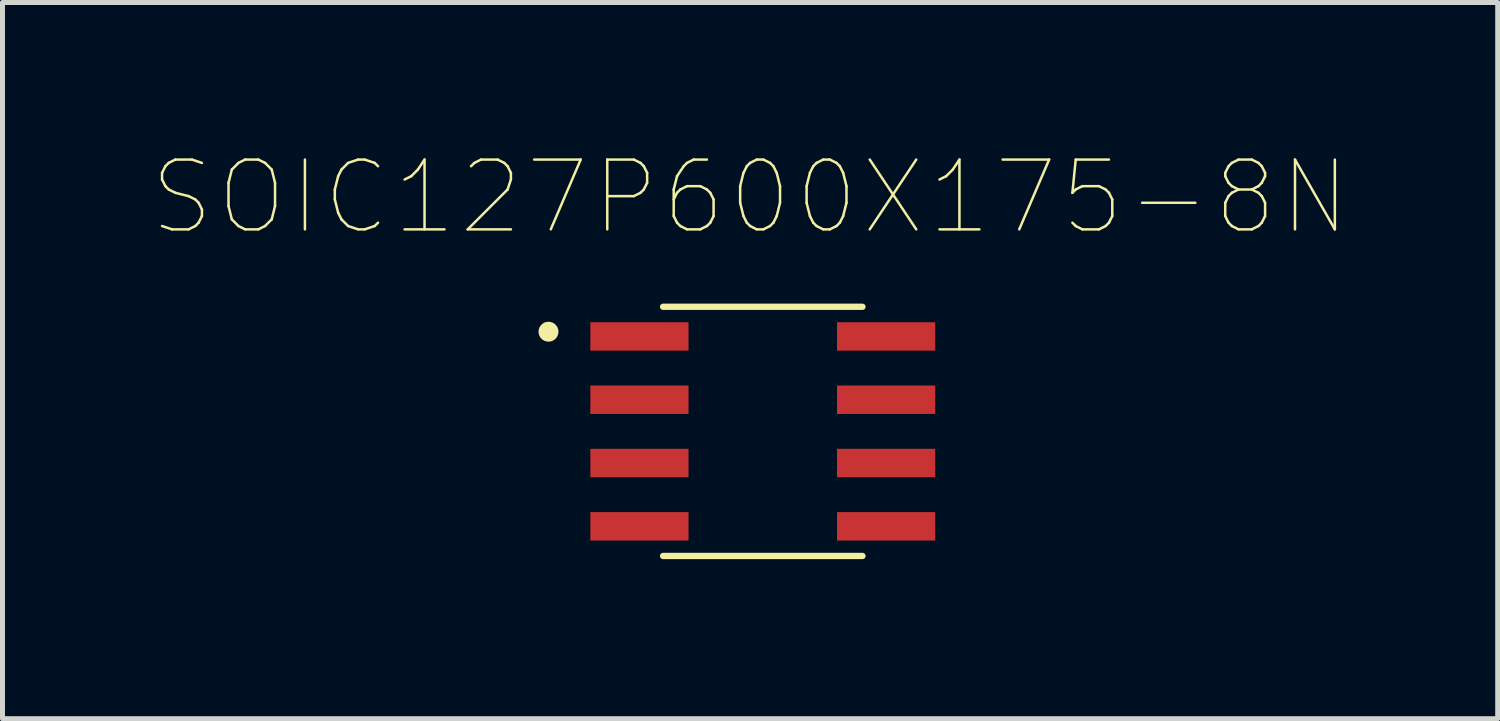
<source format=kicad_pcb>
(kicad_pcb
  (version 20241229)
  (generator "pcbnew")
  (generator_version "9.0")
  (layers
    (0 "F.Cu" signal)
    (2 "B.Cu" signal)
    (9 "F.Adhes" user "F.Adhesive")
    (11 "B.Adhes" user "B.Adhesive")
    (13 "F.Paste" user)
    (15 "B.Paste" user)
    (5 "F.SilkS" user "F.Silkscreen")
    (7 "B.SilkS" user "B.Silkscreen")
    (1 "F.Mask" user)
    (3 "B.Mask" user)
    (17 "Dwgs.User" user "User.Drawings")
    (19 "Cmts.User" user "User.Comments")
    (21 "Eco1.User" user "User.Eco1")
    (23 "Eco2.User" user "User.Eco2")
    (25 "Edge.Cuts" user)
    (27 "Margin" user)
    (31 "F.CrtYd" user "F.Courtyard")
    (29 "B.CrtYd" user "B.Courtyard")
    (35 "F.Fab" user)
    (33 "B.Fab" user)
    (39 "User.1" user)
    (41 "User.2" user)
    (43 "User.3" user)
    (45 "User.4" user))
  (footprint "SOIC127P600X175-8N"
    (layer "F.Cu")
    (at 12.256 5.606)
    (property "Reference" "SOIC127P600X175-8N" (at -0.254 -4.699 0) (layer "F.SilkS") (effects (font (size 1.4 1.4) (thickness 0.05))))
    (attr smd)
    (fp_line (start -2 -2.5) (end 2 -2.5) (stroke (width 0.127) (type solid)) (layer "F.SilkS"))
    (fp_line (start 2 2.5) (end -2 2.5) (stroke (width 0.127) (type solid)) (layer "F.SilkS"))
    (fp_circle (center -4.3 -2) (end -4.2 -2) (stroke (width 0.2) (type solid)) (fill no) (layer "F.SilkS"))
    (fp_line (start -3.71 -2.44) (end -2.25 -2.44) (stroke (width 0.05) (type solid)) (layer "Eco1.User"))
    (fp_line (start -3.71 2.44) (end -3.71 -2.44) (stroke (width 0.05) (type solid)) (layer "Eco1.User"))
    (fp_line (start -2.25 -2.74) (end 2.25 -2.74) (stroke (width 0.05) (type solid)) (layer "Eco1.User"))
    (fp_line (start -2.25 -2.44) (end -2.25 -2.74) (stroke (width 0.05) (type solid)) (layer "Eco1.User"))
    (fp_line (start -2.25 2.44) (end -3.71 2.44) (stroke (width 0.05) (type solid)) (layer "Eco1.User"))
    (fp_line (start -2.25 2.74) (end -2.25 2.44) (stroke (width 0.05) (type solid)) (layer "Eco1.User"))
    (fp_line (start 2.25 -2.74) (end 2.25 -2.44) (stroke (width 0.05) (type solid)) (layer "Eco1.User"))
    (fp_line (start 2.25 -2.44) (end 3.71 -2.44) (stroke (width 0.05) (type solid)) (layer "Eco1.User"))
    (fp_line (start 2.25 2.44) (end 2.25 2.74) (stroke (width 0.05) (type solid)) (layer "Eco1.User"))
    (fp_line (start 2.25 2.74) (end -2.25 2.74) (stroke (width 0.05) (type solid)) (layer "Eco1.User"))
    (fp_line (start 3.71 2.44) (end 2.25 2.44) (stroke (width 0.05) (type solid)) (layer "Eco1.User"))
    (fp_line (start 3.71 2.44) (end 3.71 -2.44) (stroke (width 0.05) (type solid)) (layer "Eco1.User"))
    (fp_line (start -2 -2.49) (end 2 -2.49) (stroke (width 0.127) (type solid)) (layer "Eco2.User"))
    (fp_line (start -2 2.49) (end -2 -2.49) (stroke (width 0.127) (type solid)) (layer "Eco2.User"))
    (fp_line (start 2 -2.49) (end 2 2.49) (stroke (width 0.127) (type solid)) (layer "Eco2.User"))
    (fp_line (start 2 2.49) (end -2 2.49) (stroke (width 0.127) (type solid)) (layer "Eco2.User"))
    (fp_circle (center -4.3 -2) (end -4.2 -2) (stroke (width 0.2) (type solid)) (fill no) (layer "Eco2.User"))
    (pad "1" smd rect (at -2.475 -1.905) (size 1.97 0.57) (layers "F.Cu" "F.Mask" "F.Paste"))
    (pad "2" smd rect (at -2.475 -0.635) (size 1.97 0.57) (layers "F.Cu" "F.Mask" "F.Paste"))
    (pad "3" smd rect (at -2.475 0.635) (size 1.97 0.57) (layers "F.Cu" "F.Mask" "F.Paste"))
    (pad "4" smd rect (at -2.475 1.905) (size 1.97 0.57) (layers "F.Cu" "F.Mask" "F.Paste"))
    (pad "5" smd rect (at 2.475 1.905) (size 1.97 0.57) (layers "F.Cu" "F.Mask" "F.Paste"))
    (pad "6" smd rect (at 2.475 0.635) (size 1.97 0.57) (layers "F.Cu" "F.Mask" "F.Paste"))
    (pad "7" smd rect (at 2.475 -0.635) (size 1.97 0.57) (layers "F.Cu" "F.Mask" "F.Paste"))
    (pad "8" smd rect (at 2.475 -1.905) (size 1.97 0.57) (layers "F.Cu" "F.Mask" "F.Paste")))
  (gr_rect
    (start -3 -3)
    (end 27.003 11.371)
    (stroke (width 0.1) (type default))
    (fill no)
    (layer "Edge.Cuts")))
</source>
